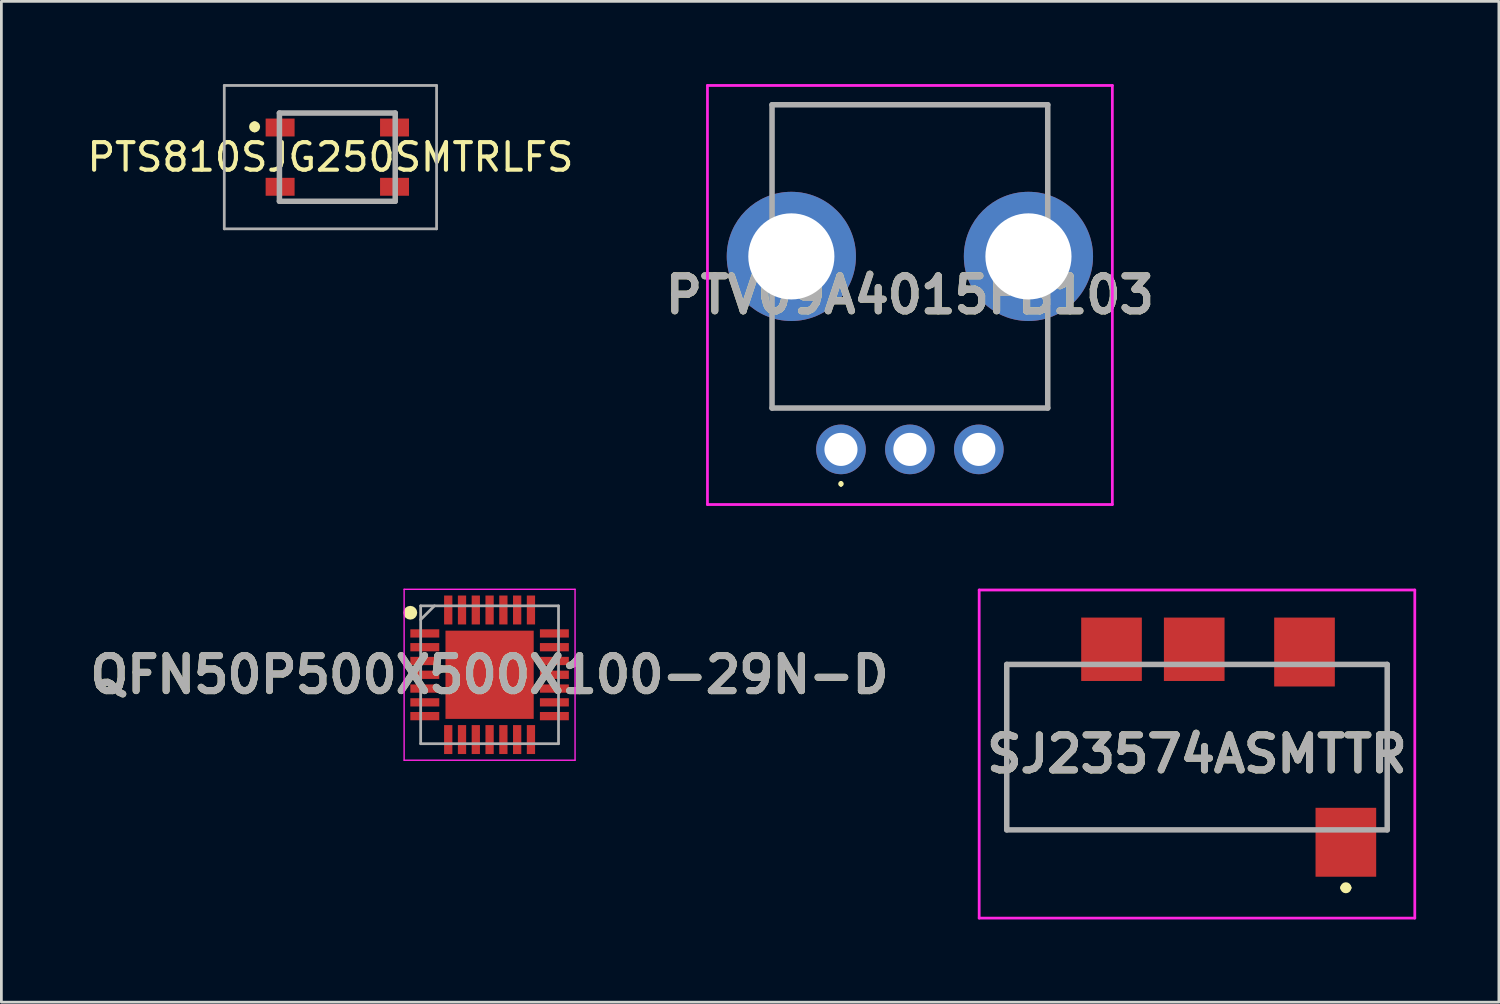
<source format=kicad_pcb>
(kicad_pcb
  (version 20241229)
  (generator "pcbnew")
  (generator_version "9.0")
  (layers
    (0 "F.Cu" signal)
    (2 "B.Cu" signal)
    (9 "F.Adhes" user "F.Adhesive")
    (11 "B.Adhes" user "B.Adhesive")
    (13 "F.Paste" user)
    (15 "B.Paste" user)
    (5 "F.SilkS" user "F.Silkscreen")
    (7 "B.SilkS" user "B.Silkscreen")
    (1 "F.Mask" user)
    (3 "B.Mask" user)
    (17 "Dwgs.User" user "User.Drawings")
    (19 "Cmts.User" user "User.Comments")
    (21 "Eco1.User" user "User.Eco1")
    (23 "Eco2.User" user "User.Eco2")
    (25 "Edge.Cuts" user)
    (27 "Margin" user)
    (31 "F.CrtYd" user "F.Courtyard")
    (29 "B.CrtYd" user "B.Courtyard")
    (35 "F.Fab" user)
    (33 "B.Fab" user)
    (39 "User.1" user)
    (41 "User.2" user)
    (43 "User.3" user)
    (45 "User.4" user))
  (footprint "PTS810SJG250SMTRLFS"
    (layer "F.Cu")
    (at 9.185 2.65)
    (property "Reference" "PTS810SJG250SMTRLFS" (at -0.25 0 0) (layer "F.SilkS") (effects (font (size 1 1) (thickness 0.15))))
    (attr smd)
    (fp_line (start -2.1 -1.6) (end 2.075 -1.6) (stroke (width 0.1) (type solid)) (layer "F.SilkS"))
    (fp_line (start -2.1 1.6) (end 2.075 1.6) (stroke (width 0.1) (type solid)) (layer "F.SilkS"))
    (fp_arc (start -3 -1.2) (mid -2.9 -1.1) (end -3 -1) (stroke (width 0.2) (type solid)) (layer "F.SilkS"))
    (fp_arc (start -3 -1) (mid -3.1 -1.1) (end -3 -1.2) (stroke (width 0.2) (type solid)) (layer "F.SilkS"))
    (fp_line (start -4.1 -2.6) (end 3.6 -2.6) (stroke (width 0.1) (type solid)) (layer "F.Fab"))
    (fp_line (start -4.1 2.6) (end -4.1 -2.6) (stroke (width 0.1) (type solid)) (layer "F.Fab"))
    (fp_line (start -2.1 -1.6) (end 2.1 -1.6) (stroke (width 0.2) (type solid)) (layer "F.Fab"))
    (fp_line (start -2.1 1.6) (end -2.1 -1.6) (stroke (width 0.2) (type solid)) (layer "F.Fab"))
    (fp_line (start 2.1 -1.6) (end 2.1 1.6) (stroke (width 0.2) (type solid)) (layer "F.Fab"))
    (fp_line (start 2.1 1.6) (end -2.1 1.6) (stroke (width 0.2) (type solid)) (layer "F.Fab"))
    (fp_line (start 3.6 -2.6) (end 3.6 2.6) (stroke (width 0.1) (type solid)) (layer "F.Fab"))
    (fp_line (start 3.6 2.6) (end -4.1 2.6) (stroke (width 0.1) (type solid)) (layer "F.Fab"))
    (pad "1" smd rect (at -2.075 -1.075) (size 1.05 0.65) (layers "F.Cu" "F.Mask" "F.Paste"))
    (pad "2" smd rect (at 2.075 -1.075) (size 1.05 0.65) (layers "F.Cu" "F.Mask" "F.Paste"))
    (pad "3" smd rect (at -2.075 1.075) (size 1.05 0.65) (layers "F.Cu" "F.Mask" "F.Paste"))
    (pad "4" smd rect (at 2.075 1.075) (size 1.05 0.65) (layers "F.Cu" "F.Mask" "F.Paste")))
  (footprint "PTV09A4015FB103"
    (layer "F.Cu")
    (at 27.453 13.25)
    (property "Reference" "PTV09A4015FB103" (at 2.5 -5.6 0) (layer "F.SilkS") (effects (font (size 1.27 1.27) (thickness 0.254))))
    (attr through_hole)
    (fp_line (start -2.5 -12.5) (end 7.5 -12.5) (stroke (width 0.1) (type solid)) (layer "F.SilkS"))
    (fp_line (start -2.5 -10) (end -2.5 -12.5) (stroke (width 0.1) (type solid)) (layer "F.SilkS"))
    (fp_line (start -2.5 -4) (end -2.5 -1.5) (stroke (width 0.1) (type solid)) (layer "F.SilkS"))
    (fp_line (start -2.5 -1.5) (end 7.5 -1.5) (stroke (width 0.1) (type solid)) (layer "F.SilkS"))
    (fp_line (start 0 1.2) (end 0 1.2) (stroke (width 0.1) (type solid)) (layer "F.SilkS"))
    (fp_line (start 0 1.3) (end 0 1.3) (stroke (width 0.1) (type solid)) (layer "F.SilkS"))
    (fp_line (start 7.5 -12.5) (end 7.5 -10) (stroke (width 0.1) (type solid)) (layer "F.SilkS"))
    (fp_line (start 7.5 -1.5) (end 7.5 -4) (stroke (width 0.1) (type solid)) (layer "F.SilkS"))
    (fp_arc (start 0 1.2) (mid 0.05 1.25) (end 0 1.3) (stroke (width 0.1) (type solid)) (layer "F.SilkS"))
    (fp_arc (start 0 1.3) (mid -0.05 1.25) (end 0 1.2) (stroke (width 0.1) (type solid)) (layer "F.SilkS"))
    (fp_line (start -4.843 -13.2) (end 9.843 -13.2) (stroke (width 0.1) (type solid)) (layer "F.CrtYd"))
    (fp_line (start -4.843 2) (end -4.843 -13.2) (stroke (width 0.1) (type solid)) (layer "F.CrtYd"))
    (fp_line (start 9.843 -13.2) (end 9.843 2) (stroke (width 0.1) (type solid)) (layer "F.CrtYd"))
    (fp_line (start 9.843 2) (end -4.843 2) (stroke (width 0.1) (type solid)) (layer "F.CrtYd"))
    (fp_line (start -2.5 -12.5) (end 7.5 -12.5) (stroke (width 0.2) (type solid)) (layer "F.Fab"))
    (fp_line (start -2.5 -1.5) (end -2.5 -12.5) (stroke (width 0.2) (type solid)) (layer "F.Fab"))
    (fp_line (start 7.5 -12.5) (end 7.5 -1.5) (stroke (width 0.2) (type solid)) (layer "F.Fab"))
    (fp_line (start 7.5 -1.5) (end -2.5 -1.5) (stroke (width 0.2) (type solid)) (layer "F.Fab"))
    (fp_text user "${REFERENCE}" (at 2.5 -5.6 0) (layer "F.Fab") (effects (font (size 1.27 1.27) (thickness 0.254))))
    (pad "1" thru_hole circle (at 0 0) (size 1.8 1.8) (drill 1.2) (layers "*.Cu" "*.Mask"))
    (pad "2" thru_hole circle (at 2.5 0) (size 1.8 1.8) (drill 1.2) (layers "*.Cu" "*.Mask"))
    (pad "3" thru_hole circle (at 5 0) (size 1.8 1.8) (drill 1.2) (layers "*.Cu" "*.Mask"))
    (pad "MH1" thru_hole circle (at -1.8 -7) (size 4.686 4.686) (drill 3.124) (layers "*.Cu" "*.Mask"))
    (pad "MH2" thru_hole circle (at 6.8 -7) (size 4.686 4.686) (drill 3.124) (layers "*.Cu" "*.Mask")))
  (footprint "SJ23574ASMTTR"
    (layer "F.Cu")
    (at 40.366 24.3)
    (property "Reference" "SJ23574ASMTTR" (at 0 0 0) (layer "F.SilkS") (effects (font (size 1.27 1.27) (thickness 0.254))))
    (attr through_hole)
    (fp_line (start -6.9 -3.25) (end -4.9 -3.25) (stroke (width 0.1) (type solid)) (layer "F.SilkS"))
    (fp_line (start -6.9 2.75) (end -6.9 -3.25) (stroke (width 0.1) (type solid)) (layer "F.SilkS"))
    (fp_line (start 3.26 2.75) (end -6.9 2.75) (stroke (width 0.1) (type solid)) (layer "F.SilkS"))
    (fp_line (start 5.3 4.85) (end 5.3 4.85) (stroke (width 0.2) (type solid)) (layer "F.SilkS"))
    (fp_line (start 5.5 4.85) (end 5.5 4.85) (stroke (width 0.2) (type solid)) (layer "F.SilkS"))
    (fp_line (start 5.8 -3.25) (end 6.9 -3.25) (stroke (width 0.1) (type solid)) (layer "F.SilkS"))
    (fp_line (start 6.9 -3.25) (end 6.9 2.75) (stroke (width 0.1) (type solid)) (layer "F.SilkS"))
    (fp_arc (start 5.3 4.85) (mid 5.4 4.75) (end 5.5 4.85) (stroke (width 0.2) (type solid)) (layer "F.SilkS"))
    (fp_arc (start 5.5 4.85) (mid 5.4 4.95) (end 5.3 4.85) (stroke (width 0.2) (type solid)) (layer "F.SilkS"))
    (fp_line (start -7.9 -5.95) (end 7.9 -5.95) (stroke (width 0.1) (type solid)) (layer "F.CrtYd"))
    (fp_line (start -7.9 5.95) (end -7.9 -5.95) (stroke (width 0.1) (type solid)) (layer "F.CrtYd"))
    (fp_line (start 7.9 -5.95) (end 7.9 5.95) (stroke (width 0.1) (type solid)) (layer "F.CrtYd"))
    (fp_line (start 7.9 5.95) (end -7.9 5.95) (stroke (width 0.1) (type solid)) (layer "F.CrtYd"))
    (fp_line (start -6.9 -3.25) (end 6.9 -3.25) (stroke (width 0.2) (type solid)) (layer "F.Fab"))
    (fp_line (start -6.9 2.75) (end -6.9 -3.25) (stroke (width 0.2) (type solid)) (layer "F.Fab"))
    (fp_line (start 6.9 -3.25) (end 6.9 2.75) (stroke (width 0.2) (type solid)) (layer "F.Fab"))
    (fp_line (start 6.9 2.75) (end -6.9 2.75) (stroke (width 0.2) (type solid)) (layer "F.Fab"))
    (fp_text user "${REFERENCE}" (at 0 0 0) (layer "F.Fab") (effects (font (size 1.27 1.27) (thickness 0.254))))
    (pad "" np_thru_hole circle (at -4.6 -0.25) (size 0.001 0.001) (drill 1.2) (layers "*.Cu" "*.Mask"))
    (pad "" np_thru_hole circle (at 2.4 -0.25) (size 0.001 0.001) (drill 1.2) (layers "*.Cu" "*.Mask"))
    (pad "1" smd rect (at 5.4 3.2) (size 2.2 2.5) (layers "F.Cu" "F.Mask" "F.Paste"))
    (pad "2" smd rect (at 3.9 -3.7) (size 2.2 2.5) (layers "F.Cu" "F.Mask" "F.Paste"))
    (pad "3" smd rect (at -0.1 -3.8) (size 2.2 2.3) (layers "F.Cu" "F.Mask" "F.Paste"))
    (pad "4" smd rect (at -3.1 -3.8) (size 2.2 2.3) (layers "F.Cu" "F.Mask" "F.Paste")))
  (footprint "QFN50P500X500X100-29N-D"
    (layer "F.Cu")
    (at 14.708 21.425)
    (property "Reference" "QFN50P500X500X100-29N-D" (at 0 0 0) (layer "F.SilkS") (effects (font (size 1.27 1.27) (thickness 0.254))))
    (attr smd)
    (fp_circle (center -2.875 -2.25) (end -2.875 -2.125) (stroke (width 0.25) (type solid)) (fill no) (layer "F.SilkS"))
    (fp_line (start -3.1 -3.1) (end 3.1 -3.1) (stroke (width 0.05) (type solid)) (layer "F.CrtYd"))
    (fp_line (start -3.1 3.1) (end -3.1 -3.1) (stroke (width 0.05) (type solid)) (layer "F.CrtYd"))
    (fp_line (start 3.1 -3.1) (end 3.1 3.1) (stroke (width 0.05) (type solid)) (layer "F.CrtYd"))
    (fp_line (start 3.1 3.1) (end -3.1 3.1) (stroke (width 0.05) (type solid)) (layer "F.CrtYd"))
    (fp_line (start -2.5 -2.5) (end 2.5 -2.5) (stroke (width 0.1) (type solid)) (layer "F.Fab"))
    (fp_line (start -2.5 -2) (end -2 -2.5) (stroke (width 0.1) (type solid)) (layer "F.Fab"))
    (fp_line (start -2.5 2.5) (end -2.5 -2.5) (stroke (width 0.1) (type solid)) (layer "F.Fab"))
    (fp_line (start 2.5 -2.5) (end 2.5 2.5) (stroke (width 0.1) (type solid)) (layer "F.Fab"))
    (fp_line (start 2.5 2.5) (end -2.5 2.5) (stroke (width 0.1) (type solid)) (layer "F.Fab"))
    (fp_text user "${REFERENCE}" (at 0 0 0) (layer "F.Fab") (effects (font (size 1.27 1.27) (thickness 0.254))))
    (pad "1" smd rect (at -2.35 -1.5 90) (size 0.3 1.05) (layers "F.Cu" "F.Mask" "F.Paste"))
    (pad "2" smd rect (at -2.35 -1 90) (size 0.3 1.05) (layers "F.Cu" "F.Mask" "F.Paste"))
    (pad "3" smd rect (at -2.35 -0.5 90) (size 0.3 1.05) (layers "F.Cu" "F.Mask" "F.Paste"))
    (pad "4" smd rect (at -2.35 0 90) (size 0.3 1.05) (layers "F.Cu" "F.Mask" "F.Paste"))
    (pad "5" smd rect (at -2.35 0.5 90) (size 0.3 1.05) (layers "F.Cu" "F.Mask" "F.Paste"))
    (pad "6" smd rect (at -2.35 1 90) (size 0.3 1.05) (layers "F.Cu" "F.Mask" "F.Paste"))
    (pad "7" smd rect (at -2.35 1.5 90) (size 0.3 1.05) (layers "F.Cu" "F.Mask" "F.Paste"))
    (pad "8" smd rect (at -1.5 2.35) (size 0.3 1.05) (layers "F.Cu" "F.Mask" "F.Paste"))
    (pad "9" smd rect (at -1 2.35) (size 0.3 1.05) (layers "F.Cu" "F.Mask" "F.Paste"))
    (pad "10" smd rect (at -0.5 2.35) (size 0.3 1.05) (layers "F.Cu" "F.Mask" "F.Paste"))
    (pad "11" smd rect (at 0 2.35) (size 0.3 1.05) (layers "F.Cu" "F.Mask" "F.Paste"))
    (pad "12" smd rect (at 0.5 2.35) (size 0.3 1.05) (layers "F.Cu" "F.Mask" "F.Paste"))
    (pad "13" smd rect (at 1 2.35) (size 0.3 1.05) (layers "F.Cu" "F.Mask" "F.Paste"))
    (pad "14" smd rect (at 1.5 2.35) (size 0.3 1.05) (layers "F.Cu" "F.Mask" "F.Paste"))
    (pad "15" smd rect (at 2.35 1.5 90) (size 0.3 1.05) (layers "F.Cu" "F.Mask" "F.Paste"))
    (pad "16" smd rect (at 2.35 1 90) (size 0.3 1.05) (layers "F.Cu" "F.Mask" "F.Paste"))
    (pad "17" smd rect (at 2.35 0.5 90) (size 0.3 1.05) (layers "F.Cu" "F.Mask" "F.Paste"))
    (pad "18" smd rect (at 2.35 0 90) (size 0.3 1.05) (layers "F.Cu" "F.Mask" "F.Paste"))
    (pad "19" smd rect (at 2.35 -0.5 90) (size 0.3 1.05) (layers "F.Cu" "F.Mask" "F.Paste"))
    (pad "20" smd rect (at 2.35 -1 90) (size 0.3 1.05) (layers "F.Cu" "F.Mask" "F.Paste"))
    (pad "21" smd rect (at 2.35 -1.5 90) (size 0.3 1.05) (layers "F.Cu" "F.Mask" "F.Paste"))
    (pad "22" smd rect (at 1.5 -2.35) (size 0.3 1.05) (layers "F.Cu" "F.Mask" "F.Paste"))
    (pad "23" smd rect (at 1 -2.35) (size 0.3 1.05) (layers "F.Cu" "F.Mask" "F.Paste"))
    (pad "24" smd rect (at 0.5 -2.35) (size 0.3 1.05) (layers "F.Cu" "F.Mask" "F.Paste"))
    (pad "25" smd rect (at 0 -2.35) (size 0.3 1.05) (layers "F.Cu" "F.Mask" "F.Paste"))
    (pad "26" smd rect (at -0.5 -2.35) (size 0.3 1.05) (layers "F.Cu" "F.Mask" "F.Paste"))
    (pad "27" smd rect (at -1 -2.35) (size 0.3 1.05) (layers "F.Cu" "F.Mask" "F.Paste"))
    (pad "28" smd rect (at -1.5 -2.35) (size 0.3 1.05) (layers "F.Cu" "F.Mask" "F.Paste"))
    (pad "29" smd rect (at 0 0) (size 3.2 3.2) (layers "F.Cu" "F.Mask" "F.Paste")))
  (gr_rect
    (start -3 -3)
    (end 51.316 33.3)
    (stroke (width 0.1) (type default))
    (fill no)
    (layer "Edge.Cuts")))
</source>
